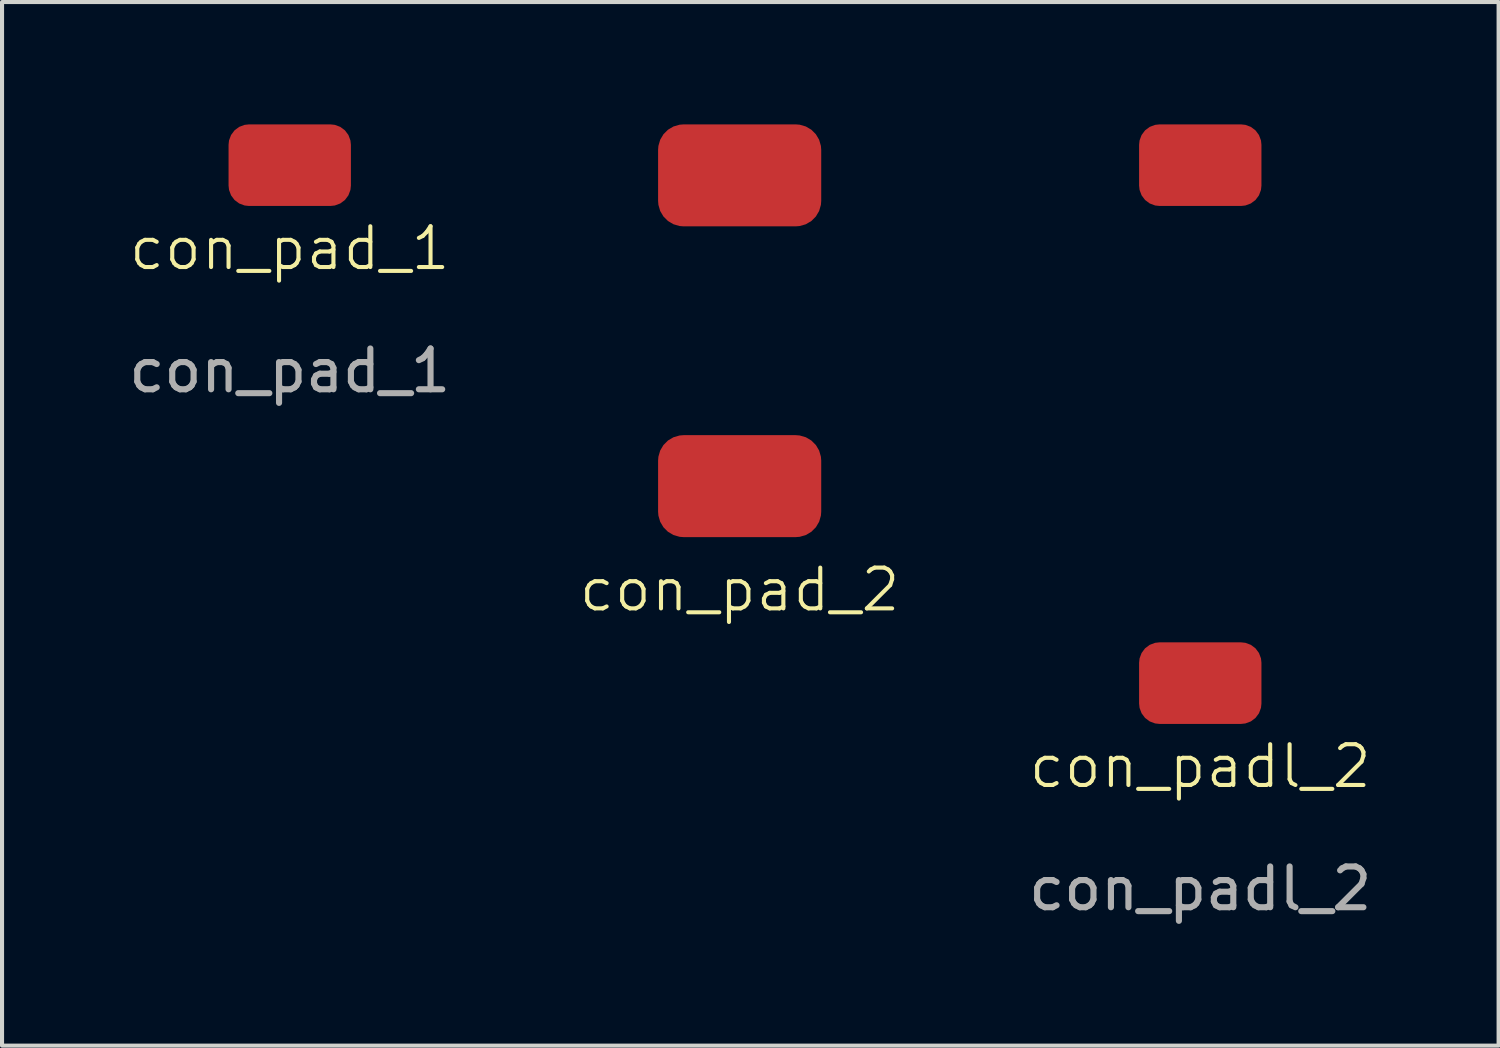
<source format=kicad_pcb>
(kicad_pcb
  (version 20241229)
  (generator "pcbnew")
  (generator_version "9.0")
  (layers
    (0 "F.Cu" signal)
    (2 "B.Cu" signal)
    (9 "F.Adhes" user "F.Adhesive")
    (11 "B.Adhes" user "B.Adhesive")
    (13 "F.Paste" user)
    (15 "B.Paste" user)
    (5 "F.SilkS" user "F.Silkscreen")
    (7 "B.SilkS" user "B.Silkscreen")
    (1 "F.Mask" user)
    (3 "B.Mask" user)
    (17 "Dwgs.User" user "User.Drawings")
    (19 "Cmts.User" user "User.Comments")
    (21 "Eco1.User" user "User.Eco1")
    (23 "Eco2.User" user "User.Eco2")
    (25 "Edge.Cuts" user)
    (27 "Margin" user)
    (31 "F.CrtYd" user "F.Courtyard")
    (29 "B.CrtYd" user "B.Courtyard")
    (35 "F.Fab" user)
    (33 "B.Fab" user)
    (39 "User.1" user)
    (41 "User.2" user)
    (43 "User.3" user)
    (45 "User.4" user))
  (footprint "con_pad_1"
    (layer "F.Cu")
    (at 4.054 3.54)
    (property "Reference" "con_pad_1" (at 0 -0.5 0) (unlocked yes) (layer "F.SilkS") (effects (font (size 1 1) (thickness 0.1))))
    (attr smd)
    (fp_text user "${REFERENCE}" (at 0 2.5 0) (unlocked yes) (layer "F.Fab") (effects (font (size 1 1) (thickness 0.15))))
    (pad "1" smd roundrect (at 0 -2.54) (size 3 2) (layers "F.Cu" "F.Mask" "F.Paste") (roundrect_rratio 0.25)))
  (footprint "con_pad_2"
    (layer "F.Cu")
    (at 15.086 5.06)
    (property "Reference" "con_pad_2" (at 0 6.35 0) (unlocked yes) (layer "F.SilkS") (effects (font (size 1 1) (thickness 0.1))))
    (attr smd)
    (pad "1" smd roundrect (at 0 3.81) (size 4 2.5) (layers "F.Cu" "F.Mask" "F.Paste") (roundrect_rratio 0.25))
    (pad "2" smd roundrect (at 0 -3.81) (size 4 2.5) (layers "F.Cu" "F.Mask" "F.Paste") (roundrect_rratio 0.25)))
  (footprint "con_padl_2"
    (layer "F.Cu")
    (at 26.38 16.24)
    (property "Reference" "con_padl_2" (at 0 -0.5 0) (unlocked yes) (layer "F.SilkS") (effects (font (size 1 1) (thickness 0.1))))
    (attr smd)
    (fp_text user "${REFERENCE}" (at 0 2.5 0) (unlocked yes) (layer "F.Fab") (effects (font (size 1 1) (thickness 0.15))))
    (pad "1" smd roundrect (at 0 -15.24) (size 3 2) (layers "F.Cu" "F.Mask" "F.Paste") (roundrect_rratio 0.25))
    (pad "2" smd roundrect (at 0 -2.54) (size 3 2) (layers "F.Cu" "F.Mask" "F.Paste") (roundrect_rratio 0.25)))
  (gr_rect
    (start -3 -3)
    (end 33.695 22.588)
    (stroke (width 0.1) (type default))
    (fill no)
    (layer "Edge.Cuts")))
</source>
